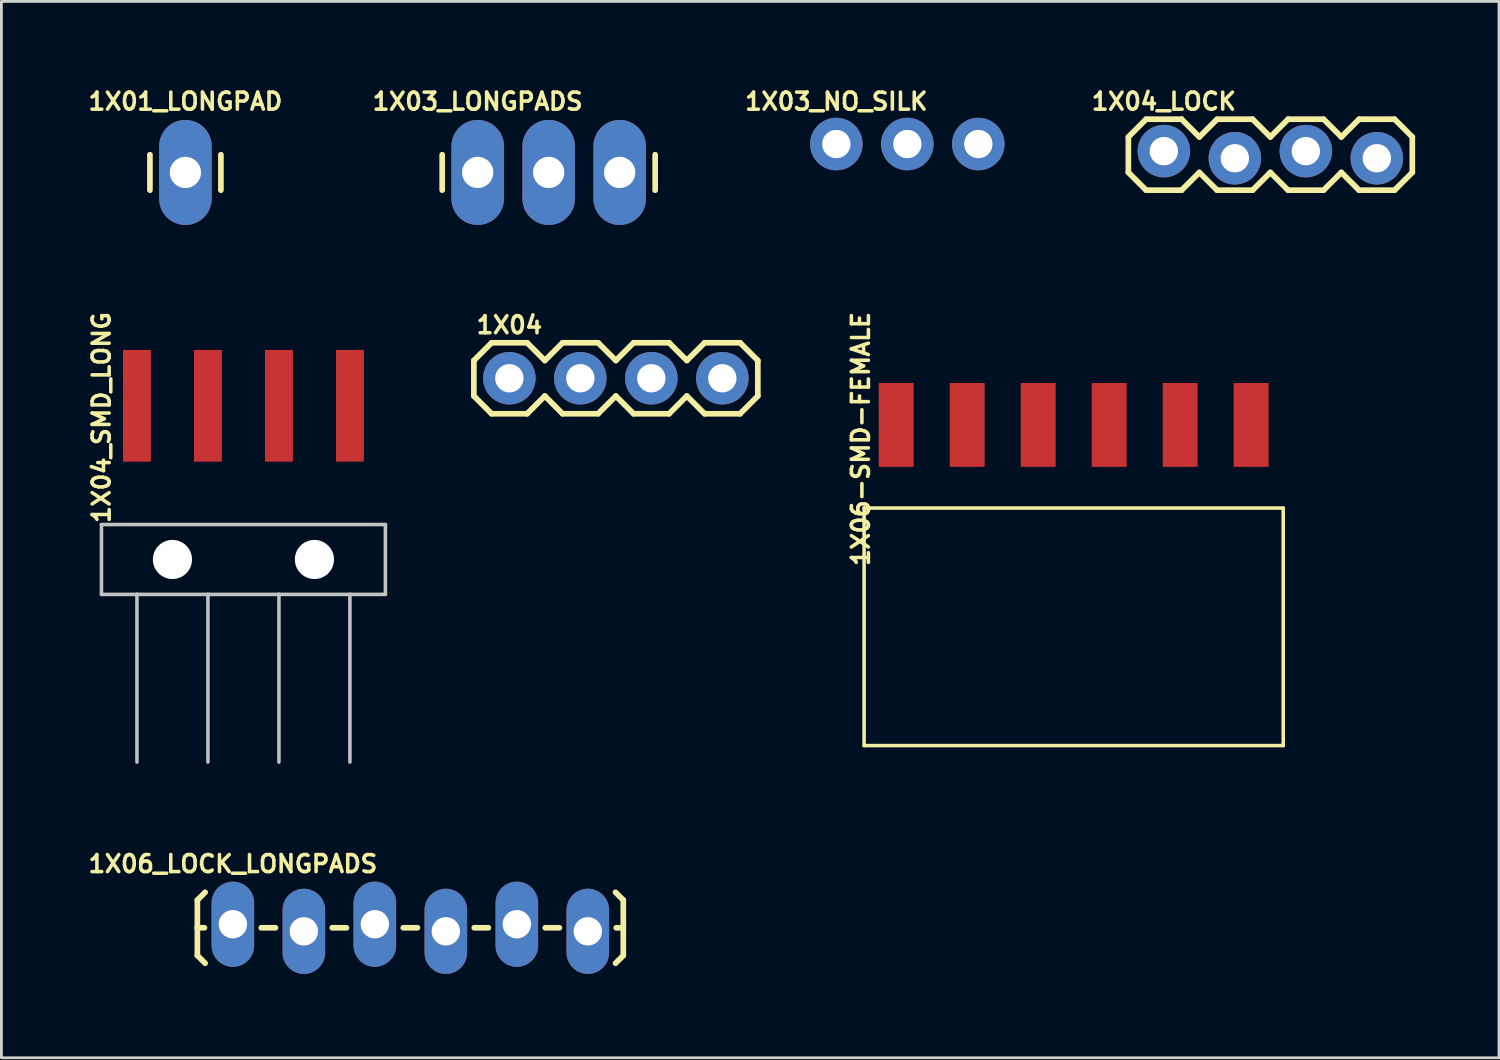
<source format=kicad_pcb>
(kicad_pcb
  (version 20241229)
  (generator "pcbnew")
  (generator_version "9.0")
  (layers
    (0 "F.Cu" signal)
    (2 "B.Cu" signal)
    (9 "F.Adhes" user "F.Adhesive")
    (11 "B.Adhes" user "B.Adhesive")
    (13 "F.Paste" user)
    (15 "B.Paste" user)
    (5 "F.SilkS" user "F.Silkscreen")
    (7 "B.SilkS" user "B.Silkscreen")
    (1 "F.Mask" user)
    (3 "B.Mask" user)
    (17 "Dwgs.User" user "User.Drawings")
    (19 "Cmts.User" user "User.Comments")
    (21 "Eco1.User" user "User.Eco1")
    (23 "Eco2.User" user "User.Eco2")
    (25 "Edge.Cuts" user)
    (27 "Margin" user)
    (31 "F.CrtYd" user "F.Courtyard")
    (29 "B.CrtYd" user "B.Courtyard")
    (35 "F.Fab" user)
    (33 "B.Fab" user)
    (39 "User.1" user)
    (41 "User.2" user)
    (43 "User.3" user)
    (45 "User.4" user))
  (footprint "1X03_LONGPADS"
    (layer "F.Cu")
    (at 14.042 3.12)
    (property "Reference" "1X03_LONGPADS" (at 0 -2.54 0) (layer "F.SilkS") (effects (font (size 0.61 0.61) (thickness 0.127))))
    (attr exclude_from_pos_files exclude_from_bom)
    (fp_line (start -1.27 -0.635) (end -1.27 0.635) (stroke (width 0.203) (type solid)) (layer "F.SilkS"))
    (fp_line (start 6.35 -0.635) (end 6.35 0.635) (stroke (width 0.203) (type solid)) (layer "F.SilkS"))
    (pad "1" thru_hole oval (at 0 0 180) (size 1.88 3.759) (drill 1.118) (layers "*.Cu" "*.Mask"))
    (pad "2" thru_hole oval (at 2.54 0 180) (size 1.88 3.759) (drill 1.118) (layers "*.Cu" "*.Mask"))
    (pad "3" thru_hole oval (at 5.08 0 180) (size 1.88 3.759) (drill 1.118) (layers "*.Cu" "*.Mask")))
  (footprint "1X06_LOCK_LONGPADS"
    (layer "F.Cu")
    (at 5.282 30.019)
    (property "Reference" "1X06_LOCK_LONGPADS" (at 0 -2.159 0) (layer "F.SilkS") (effects (font (size 0.61 0.61) (thickness 0.127))))
    (attr exclude_from_pos_files exclude_from_bom)
    (fp_line (start -1.27 -0.864) (end -0.991 -1.143) (stroke (width 0.203) (type solid)) (layer "F.SilkS"))
    (fp_line (start -1.27 0.127) (end -1.27 -0.864) (stroke (width 0.203) (type solid)) (layer "F.SilkS"))
    (fp_line (start -1.27 0.127) (end -1.27 1.118) (stroke (width 0.203) (type solid)) (layer "F.SilkS"))
    (fp_line (start -1.27 0.127) (end -1.016 0.127) (stroke (width 0.203) (type solid)) (layer "F.SilkS"))
    (fp_line (start -1.27 1.118) (end -0.991 1.397) (stroke (width 0.203) (type solid)) (layer "F.SilkS"))
    (fp_line (start 1.524 0.127) (end 1.016 0.127) (stroke (width 0.203) (type solid)) (layer "F.SilkS"))
    (fp_line (start 4.064 0.127) (end 3.556 0.127) (stroke (width 0.203) (type solid)) (layer "F.SilkS"))
    (fp_line (start 6.604 0.127) (end 6.096 0.127) (stroke (width 0.203) (type solid)) (layer "F.SilkS"))
    (fp_line (start 9.144 0.127) (end 8.636 0.127) (stroke (width 0.203) (type solid)) (layer "F.SilkS"))
    (fp_line (start 11.684 0.127) (end 11.176 0.127) (stroke (width 0.203) (type solid)) (layer "F.SilkS"))
    (fp_line (start 13.97 -0.864) (end 13.691 -1.143) (stroke (width 0.203) (type solid)) (layer "F.SilkS"))
    (fp_line (start 13.97 0.127) (end 13.716 0.127) (stroke (width 0.203) (type solid)) (layer "F.SilkS"))
    (fp_line (start 13.97 0.127) (end 13.97 -0.864) (stroke (width 0.203) (type solid)) (layer "F.SilkS"))
    (fp_line (start 13.97 0.127) (end 13.97 1.118) (stroke (width 0.203) (type solid)) (layer "F.SilkS"))
    (fp_line (start 13.97 1.118) (end 13.691 1.397) (stroke (width 0.203) (type solid)) (layer "F.SilkS"))
    (pad "1" thru_hole oval (at 0 0 180) (size 1.524 3.048) (drill 1.016) (layers "*.Cu" "*.Mask"))
    (pad "2" thru_hole oval (at 2.54 0.254 180) (size 1.524 3.048) (drill 1.016) (layers "*.Cu" "*.Mask"))
    (pad "3" thru_hole oval (at 5.08 0 180) (size 1.524 3.048) (drill 1.016) (layers "*.Cu" "*.Mask"))
    (pad "4" thru_hole oval (at 7.62 0.254 180) (size 1.524 3.048) (drill 1.016) (layers "*.Cu" "*.Mask"))
    (pad "5" thru_hole oval (at 10.16 0 180) (size 1.524 3.048) (drill 1.016) (layers "*.Cu" "*.Mask"))
    (pad "6" thru_hole oval (at 12.7 0.254 180) (size 1.524 3.048) (drill 1.016) (layers "*.Cu" "*.Mask")))
  (footprint "1X04_LOCK"
    (layer "F.Cu")
    (at 38.593 2.485)
    (property "Reference" "1X04_LOCK" (at 0 -1.905 0) (layer "F.SilkS") (effects (font (size 0.61 0.61) (thickness 0.127))))
    (attr exclude_from_pos_files exclude_from_bom)
    (fp_line (start -1.27 -0.635) (end -1.27 0.635) (stroke (width 0.203) (type solid)) (layer "F.SilkS"))
    (fp_line (start -1.27 0.635) (end -0.635 1.27) (stroke (width 0.203) (type solid)) (layer "F.SilkS"))
    (fp_line (start -0.635 -1.27) (end -1.27 -0.635) (stroke (width 0.203) (type solid)) (layer "F.SilkS"))
    (fp_line (start -0.635 -1.27) (end 0.635 -1.27) (stroke (width 0.203) (type solid)) (layer "F.SilkS"))
    (fp_line (start 0.635 -1.27) (end 1.27 -0.635) (stroke (width 0.203) (type solid)) (layer "F.SilkS"))
    (fp_line (start 0.635 1.27) (end -0.635 1.27) (stroke (width 0.203) (type solid)) (layer "F.SilkS"))
    (fp_line (start 1.27 -0.635) (end 1.905 -1.27) (stroke (width 0.203) (type solid)) (layer "F.SilkS"))
    (fp_line (start 1.27 0.635) (end 0.635 1.27) (stroke (width 0.203) (type solid)) (layer "F.SilkS"))
    (fp_line (start 1.905 -1.27) (end 3.175 -1.27) (stroke (width 0.203) (type solid)) (layer "F.SilkS"))
    (fp_line (start 1.905 1.27) (end 1.27 0.635) (stroke (width 0.203) (type solid)) (layer "F.SilkS"))
    (fp_line (start 3.175 -1.27) (end 3.81 -0.635) (stroke (width 0.203) (type solid)) (layer "F.SilkS"))
    (fp_line (start 3.175 1.27) (end 1.905 1.27) (stroke (width 0.203) (type solid)) (layer "F.SilkS"))
    (fp_line (start 3.81 -0.635) (end 4.445 -1.27) (stroke (width 0.203) (type solid)) (layer "F.SilkS"))
    (fp_line (start 3.81 0.635) (end 3.175 1.27) (stroke (width 0.203) (type solid)) (layer "F.SilkS"))
    (fp_line (start 4.445 -1.27) (end 5.715 -1.27) (stroke (width 0.203) (type solid)) (layer "F.SilkS"))
    (fp_line (start 4.445 1.27) (end 3.81 0.635) (stroke (width 0.203) (type solid)) (layer "F.SilkS"))
    (fp_line (start 5.715 -1.27) (end 6.35 -0.635) (stroke (width 0.203) (type solid)) (layer "F.SilkS"))
    (fp_line (start 5.715 1.27) (end 4.445 1.27) (stroke (width 0.203) (type solid)) (layer "F.SilkS"))
    (fp_line (start 6.35 0.635) (end 5.715 1.27) (stroke (width 0.203) (type solid)) (layer "F.SilkS"))
    (fp_line (start 6.35 0.635) (end 6.985 1.27) (stroke (width 0.203) (type solid)) (layer "F.SilkS"))
    (fp_line (start 6.985 -1.27) (end 6.35 -0.635) (stroke (width 0.203) (type solid)) (layer "F.SilkS"))
    (fp_line (start 6.985 -1.27) (end 8.255 -1.27) (stroke (width 0.203) (type solid)) (layer "F.SilkS"))
    (fp_line (start 8.255 -1.27) (end 8.89 -0.635) (stroke (width 0.203) (type solid)) (layer "F.SilkS"))
    (fp_line (start 8.255 1.27) (end 6.985 1.27) (stroke (width 0.203) (type solid)) (layer "F.SilkS"))
    (fp_line (start 8.89 -0.635) (end 8.89 0.635) (stroke (width 0.203) (type solid)) (layer "F.SilkS"))
    (fp_line (start 8.89 0.635) (end 8.255 1.27) (stroke (width 0.203) (type solid)) (layer "F.SilkS"))
    (pad "1" thru_hole circle (at 0 -0.127) (size 1.88 1.88) (drill 1.016) (layers "*.Cu" "*.Mask"))
    (pad "2" thru_hole circle (at 2.54 0.127) (size 1.88 1.88) (drill 1.016) (layers "*.Cu" "*.Mask"))
    (pad "3" thru_hole circle (at 5.08 -0.127) (size 1.88 1.88) (drill 1.016) (layers "*.Cu" "*.Mask"))
    (pad "4" thru_hole circle (at 7.62 0.127) (size 1.88 1.88) (drill 1.016) (layers "*.Cu" "*.Mask")))
  (footprint "1X01_LONGPAD"
    (layer "F.Cu")
    (at 3.584 3.12)
    (property "Reference" "1X01_LONGPAD" (at 0 -2.54 0) (layer "F.SilkS") (effects (font (size 0.61 0.61) (thickness 0.127))))
    (attr exclude_from_pos_files exclude_from_bom)
    (fp_line (start -1.27 -0.635) (end -1.27 0.635) (stroke (width 0.203) (type solid)) (layer "F.SilkS"))
    (fp_line (start 1.27 -0.635) (end 1.27 0.635) (stroke (width 0.203) (type solid)) (layer "F.SilkS"))
    (pad "1" thru_hole oval (at 0 0 180) (size 1.88 3.759) (drill 1.118) (layers "*.Cu" "*.Mask")))
  (footprint "1X04_SMD_LONG"
    (layer "F.Cu")
    (at 5.66 16.968)
    (property "Reference" "1X04_SMD_LONG" (at -5.08 -5.08 90) (layer "F.SilkS") (effects (font (size 0.61 0.61) (thickness 0.127))))
    (attr smd)
    (fp_line (start -5.08 -1.25) (end -5.08 1.25) (stroke (width 0.127) (type solid)) (layer "Dwgs.User"))
    (fp_line (start -5.08 1.25) (end -3.81 1.25) (stroke (width 0.127) (type solid)) (layer "Dwgs.User"))
    (fp_line (start -3.81 1.25) (end -3.81 7.249) (stroke (width 0.127) (type solid)) (layer "Dwgs.User"))
    (fp_line (start -3.81 1.25) (end -1.27 1.25) (stroke (width 0.127) (type solid)) (layer "Dwgs.User"))
    (fp_line (start -1.27 1.25) (end -1.27 7.249) (stroke (width 0.127) (type solid)) (layer "Dwgs.User"))
    (fp_line (start -1.27 1.25) (end 1.27 1.25) (stroke (width 0.127) (type solid)) (layer "Dwgs.User"))
    (fp_line (start 1.27 1.25) (end 1.27 7.249) (stroke (width 0.127) (type solid)) (layer "Dwgs.User"))
    (fp_line (start 1.27 1.25) (end 3.81 1.25) (stroke (width 0.127) (type solid)) (layer "Dwgs.User"))
    (fp_line (start 3.81 1.25) (end 3.81 7.249) (stroke (width 0.127) (type solid)) (layer "Dwgs.User"))
    (fp_line (start 3.81 1.25) (end 5.08 1.25) (stroke (width 0.127) (type solid)) (layer "Dwgs.User"))
    (fp_line (start 5.08 -1.25) (end -5.08 -1.25) (stroke (width 0.127) (type solid)) (layer "Dwgs.User"))
    (fp_line (start 5.08 1.25) (end 5.08 -1.25) (stroke (width 0.127) (type solid)) (layer "Dwgs.User"))
    (pad "" np_thru_hole circle (at -2.54 0) (size 1.4 1.4) (drill 1.4) (layers "*.Cu" "*.Mask"))
    (pad "" np_thru_hole circle (at 2.54 0) (size 1.4 1.4) (drill 1.4) (layers "*.Cu" "*.Mask"))
    (pad "1" smd rect (at -3.81 -5.499 90) (size 3.998 0.998) (layers "F.Cu" "F.Mask" "F.Paste"))
    (pad "2" smd rect (at -1.27 -5.499 90) (size 3.998 0.998) (layers "F.Cu" "F.Mask" "F.Paste"))
    (pad "3" smd rect (at 1.27 -5.499 90) (size 3.998 0.998) (layers "F.Cu" "F.Mask" "F.Paste"))
    (pad "4" smd rect (at 3.81 -5.499 90) (size 3.998 0.998) (layers "F.Cu" "F.Mask" "F.Paste")))
  (footprint "1X06-SMD-FEMALE"
    (layer "F.Cu")
    (at 35.366 15.578)
    (property "Reference" "1X06-SMD-FEMALE" (at -7.62 -2.921 90) (layer "F.SilkS") (effects (font (size 0.61 0.61) (thickness 0.127))))
    (attr smd)
    (fp_line (start -7.498 -0.45) (end -7.498 8.049) (stroke (width 0.127) (type solid)) (layer "F.SilkS"))
    (fp_line (start -7.498 8.049) (end 7.498 8.049) (stroke (width 0.127) (type solid)) (layer "F.SilkS"))
    (fp_line (start 7.498 -0.45) (end -7.498 -0.45) (stroke (width 0.127) (type solid)) (layer "F.SilkS"))
    (fp_line (start 7.498 8.049) (end 7.498 -0.45) (stroke (width 0.127) (type solid)) (layer "F.SilkS"))
    (pad "1" smd rect (at 6.35 -3.424 180) (size 1.25 3) (layers "F.Cu" "F.Mask" "F.Paste"))
    (pad "2" smd rect (at 3.81 -3.424 180) (size 1.25 3) (layers "F.Cu" "F.Mask" "F.Paste"))
    (pad "3" smd rect (at 1.27 -3.424 180) (size 1.25 3) (layers "F.Cu" "F.Mask" "F.Paste"))
    (pad "4" smd rect (at -1.27 -3.424 180) (size 1.25 3) (layers "F.Cu" "F.Mask" "F.Paste"))
    (pad "5" smd rect (at -3.81 -3.424 180) (size 1.25 3) (layers "F.Cu" "F.Mask" "F.Paste"))
    (pad "6" smd rect (at -6.35 -3.424 180) (size 1.25 3) (layers "F.Cu" "F.Mask" "F.Paste")))
  (footprint "1X04"
    (layer "F.Cu")
    (at 15.175 10.484)
    (property "Reference" "1X04" (at 0 -1.905 0) (layer "F.SilkS") (effects (font (size 0.61 0.61) (thickness 0.127))))
    (attr exclude_from_pos_files exclude_from_bom)
    (fp_line (start -1.27 -0.635) (end -1.27 0.635) (stroke (width 0.203) (type solid)) (layer "F.SilkS"))
    (fp_line (start -1.27 0.635) (end -0.635 1.27) (stroke (width 0.203) (type solid)) (layer "F.SilkS"))
    (fp_line (start -0.635 -1.27) (end -1.27 -0.635) (stroke (width 0.203) (type solid)) (layer "F.SilkS"))
    (fp_line (start -0.635 -1.27) (end 0.635 -1.27) (stroke (width 0.203) (type solid)) (layer "F.SilkS"))
    (fp_line (start 0.635 -1.27) (end 1.27 -0.635) (stroke (width 0.203) (type solid)) (layer "F.SilkS"))
    (fp_line (start 0.635 1.27) (end -0.635 1.27) (stroke (width 0.203) (type solid)) (layer "F.SilkS"))
    (fp_line (start 1.27 -0.635) (end 1.905 -1.27) (stroke (width 0.203) (type solid)) (layer "F.SilkS"))
    (fp_line (start 1.27 0.635) (end 0.635 1.27) (stroke (width 0.203) (type solid)) (layer "F.SilkS"))
    (fp_line (start 1.905 -1.27) (end 3.175 -1.27) (stroke (width 0.203) (type solid)) (layer "F.SilkS"))
    (fp_line (start 1.905 1.27) (end 1.27 0.635) (stroke (width 0.203) (type solid)) (layer "F.SilkS"))
    (fp_line (start 3.175 -1.27) (end 3.81 -0.635) (stroke (width 0.203) (type solid)) (layer "F.SilkS"))
    (fp_line (start 3.175 1.27) (end 1.905 1.27) (stroke (width 0.203) (type solid)) (layer "F.SilkS"))
    (fp_line (start 3.81 -0.635) (end 4.445 -1.27) (stroke (width 0.203) (type solid)) (layer "F.SilkS"))
    (fp_line (start 3.81 0.635) (end 3.175 1.27) (stroke (width 0.203) (type solid)) (layer "F.SilkS"))
    (fp_line (start 4.445 -1.27) (end 5.715 -1.27) (stroke (width 0.203) (type solid)) (layer "F.SilkS"))
    (fp_line (start 4.445 1.27) (end 3.81 0.635) (stroke (width 0.203) (type solid)) (layer "F.SilkS"))
    (fp_line (start 5.715 -1.27) (end 6.35 -0.635) (stroke (width 0.203) (type solid)) (layer "F.SilkS"))
    (fp_line (start 5.715 1.27) (end 4.445 1.27) (stroke (width 0.203) (type solid)) (layer "F.SilkS"))
    (fp_line (start 6.35 0.635) (end 5.715 1.27) (stroke (width 0.203) (type solid)) (layer "F.SilkS"))
    (fp_line (start 6.35 0.635) (end 6.985 1.27) (stroke (width 0.203) (type solid)) (layer "F.SilkS"))
    (fp_line (start 6.985 -1.27) (end 6.35 -0.635) (stroke (width 0.203) (type solid)) (layer "F.SilkS"))
    (fp_line (start 6.985 -1.27) (end 8.255 -1.27) (stroke (width 0.203) (type solid)) (layer "F.SilkS"))
    (fp_line (start 8.255 -1.27) (end 8.89 -0.635) (stroke (width 0.203) (type solid)) (layer "F.SilkS"))
    (fp_line (start 8.255 1.27) (end 6.985 1.27) (stroke (width 0.203) (type solid)) (layer "F.SilkS"))
    (fp_line (start 8.89 -0.635) (end 8.89 0.635) (stroke (width 0.203) (type solid)) (layer "F.SilkS"))
    (fp_line (start 8.89 0.635) (end 8.255 1.27) (stroke (width 0.203) (type solid)) (layer "F.SilkS"))
    (pad "1" thru_hole circle (at 0 0) (size 1.88 1.88) (drill 1.016) (layers "*.Cu" "*.Mask"))
    (pad "2" thru_hole circle (at 2.54 0) (size 1.88 1.88) (drill 1.016) (layers "*.Cu" "*.Mask"))
    (pad "3" thru_hole circle (at 5.08 0) (size 1.88 1.88) (drill 1.016) (layers "*.Cu" "*.Mask"))
    (pad "4" thru_hole circle (at 7.62 0) (size 1.88 1.88) (drill 1.016) (layers "*.Cu" "*.Mask")))
  (footprint "1X03_NO_SILK"
    (layer "F.Cu")
    (at 26.874 2.104)
    (property "Reference" "1X03_NO_SILK" (at 0 -1.524 0) (layer "F.SilkS") (effects (font (size 0.61 0.61) (thickness 0.127))))
    (attr exclude_from_pos_files exclude_from_bom)
    (pad "1" thru_hole circle (at 0 0) (size 1.88 1.88) (drill 1.016) (layers "*.Cu" "*.Mask"))
    (pad "2" thru_hole circle (at 2.54 0) (size 1.88 1.88) (drill 1.016) (layers "*.Cu" "*.Mask"))
    (pad "3" thru_hole circle (at 5.08 0) (size 1.88 1.88) (drill 1.016) (layers "*.Cu" "*.Mask")))
  (gr_rect
    (start -3 -3)
    (end 50.584 34.797)
    (stroke (width 0.1) (type default))
    (fill no)
    (layer "Edge.Cuts")))
</source>
